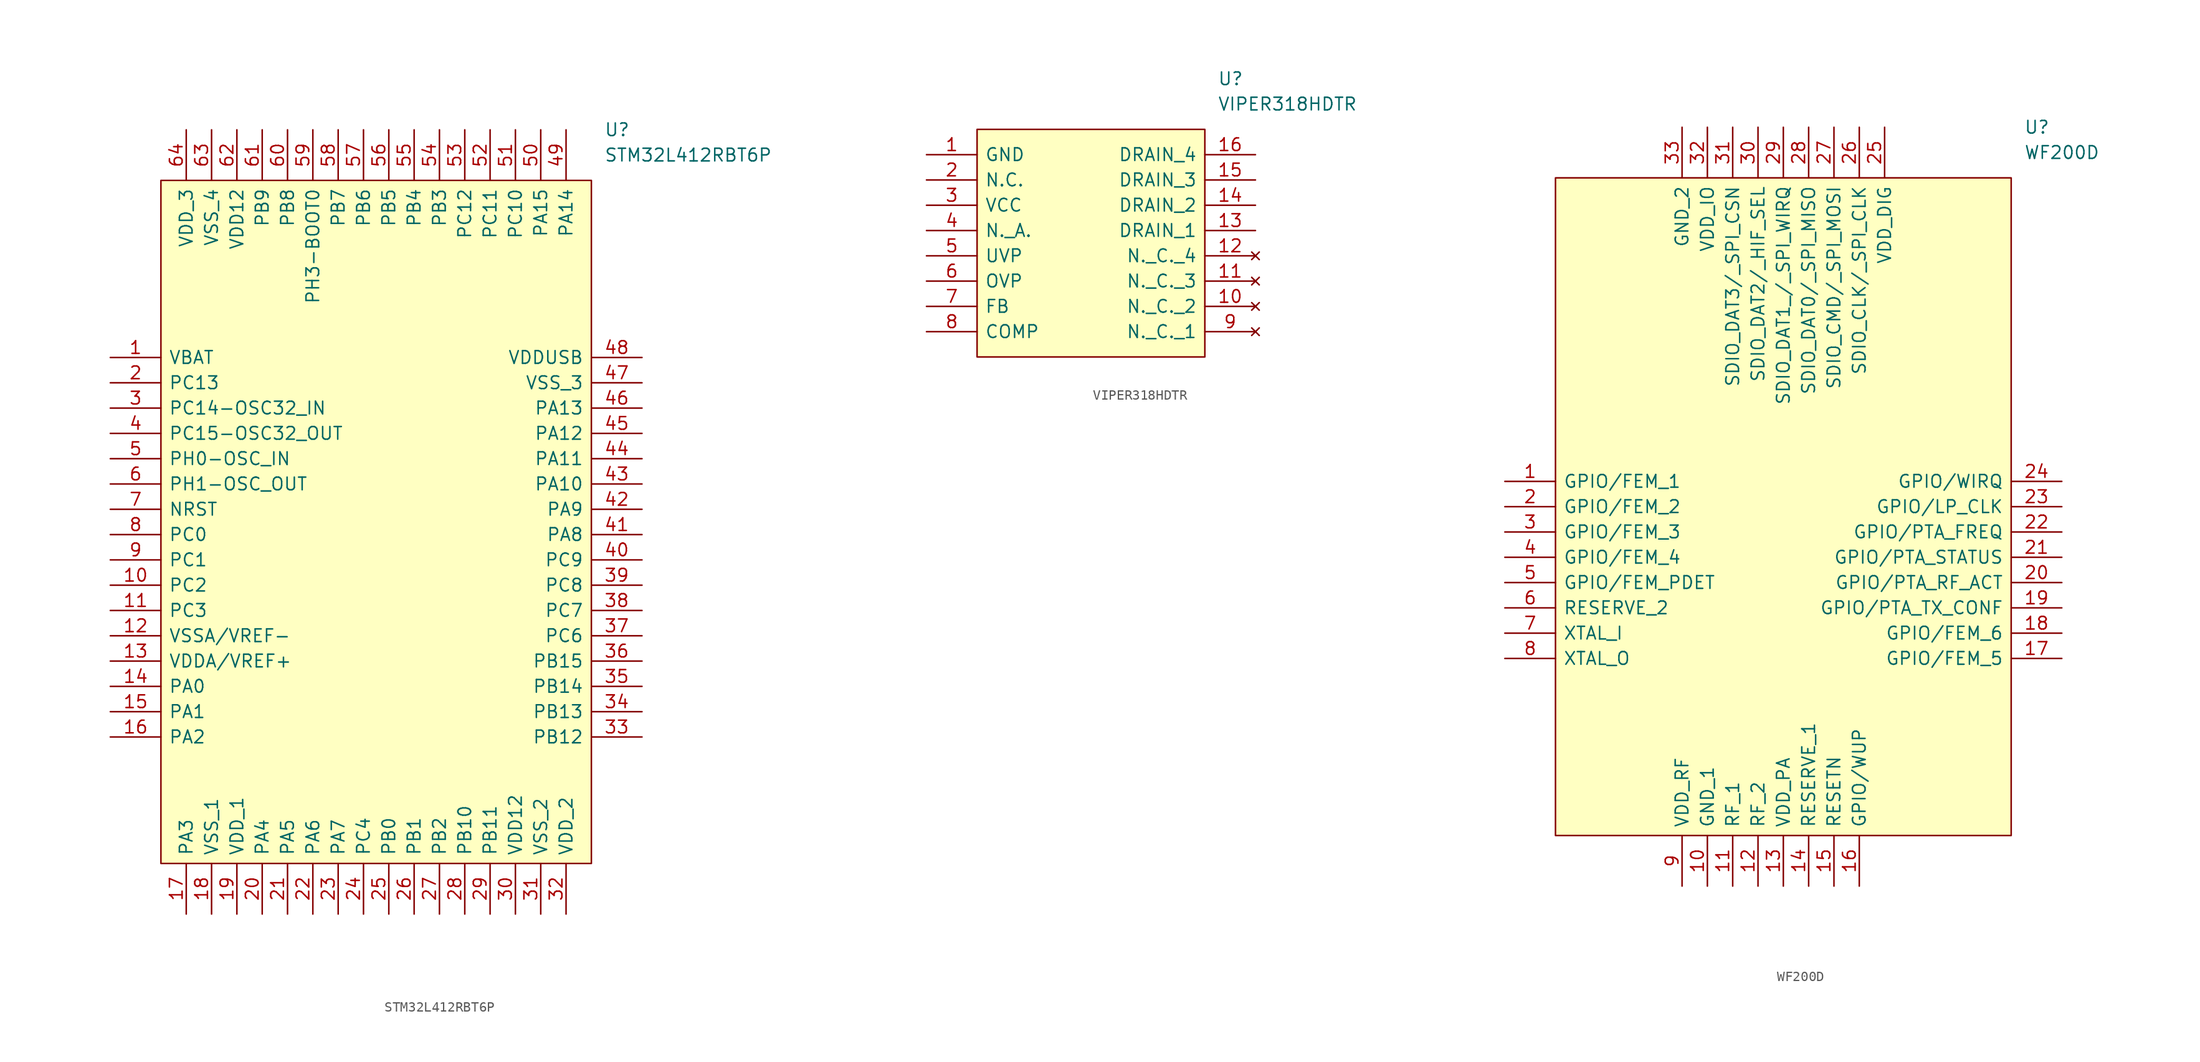
<source format=kicad_sym>
(kicad_symbol_lib
  (version 20211014)
  (generator kicad_symbol_editor)
  (symbol "STM32L412RBT6P"
    (pin_names
      (offset 0.762))
    (property "Reference" "U"
      (at 49.53 22.86 0)
      (effects (font (size 1.27 1.27)) (justify left)))
    (property "Value" "STM32L412RBT6P"
      (at 49.53 20.32 0)
      (effects (font (size 1.27 1.27)) (justify left)))
    (symbol "STM32L412RBT6P_0_0"
      (pin passive line (at 0 0 0) (length 5.08) (name "VBAT" (effects (font (size 1.27 1.27)))) (number "1" (effects (font (size 1.27 1.27)))))
      (pin passive line (at 0 -22.86 0) (length 5.08) (name "PC2" (effects (font (size 1.27 1.27)))) (number "10" (effects (font (size 1.27 1.27)))))
      (pin passive line (at 0 -25.4 0) (length 5.08) (name "PC3" (effects (font (size 1.27 1.27)))) (number "11" (effects (font (size 1.27 1.27)))))
      (pin passive line (at 0 -27.94 0) (length 5.08) (name "VSSA/VREF-" (effects (font (size 1.27 1.27)))) (number "12" (effects (font (size 1.27 1.27)))))
      (pin passive line (at 0 -30.48 0) (length 5.08) (name "VDDA/VREF+" (effects (font (size 1.27 1.27)))) (number "13" (effects (font (size 1.27 1.27)))))
      (pin passive line (at 0 -33.02 0) (length 5.08) (name "PA0" (effects (font (size 1.27 1.27)))) (number "14" (effects (font (size 1.27 1.27)))))
      (pin passive line (at 0 -35.56 0) (length 5.08) (name "PA1" (effects (font (size 1.27 1.27)))) (number "15" (effects (font (size 1.27 1.27)))))
      (pin passive line (at 0 -38.1 0) (length 5.08) (name "PA2" (effects (font (size 1.27 1.27)))) (number "16" (effects (font (size 1.27 1.27)))))
      (pin passive line (at 7.62 -55.88 90) (length 5.08) (name "PA3" (effects (font (size 1.27 1.27)))) (number "17" (effects (font (size 1.27 1.27)))))
      (pin passive line (at 10.16 -55.88 90) (length 5.08) (name "VSS_1" (effects (font (size 1.27 1.27)))) (number "18" (effects (font (size 1.27 1.27)))))
      (pin passive line (at 12.7 -55.88 90) (length 5.08) (name "VDD_1" (effects (font (size 1.27 1.27)))) (number "19" (effects (font (size 1.27 1.27)))))
      (pin passive line (at 0 -2.54 0) (length 5.08) (name "PC13" (effects (font (size 1.27 1.27)))) (number "2" (effects (font (size 1.27 1.27)))))
      (pin passive line (at 15.24 -55.88 90) (length 5.08) (name "PA4" (effects (font (size 1.27 1.27)))) (number "20" (effects (font (size 1.27 1.27)))))
      (pin passive line (at 17.78 -55.88 90) (length 5.08) (name "PA5" (effects (font (size 1.27 1.27)))) (number "21" (effects (font (size 1.27 1.27)))))
      (pin passive line (at 20.32 -55.88 90) (length 5.08) (name "PA6" (effects (font (size 1.27 1.27)))) (number "22" (effects (font (size 1.27 1.27)))))
      (pin passive line (at 22.86 -55.88 90) (length 5.08) (name "PA7" (effects (font (size 1.27 1.27)))) (number "23" (effects (font (size 1.27 1.27)))))
      (pin passive line (at 25.4 -55.88 90) (length 5.08) (name "PC4" (effects (font (size 1.27 1.27)))) (number "24" (effects (font (size 1.27 1.27)))))
      (pin passive line (at 27.94 -55.88 90) (length 5.08) (name "PB0" (effects (font (size 1.27 1.27)))) (number "25" (effects (font (size 1.27 1.27)))))
      (pin passive line (at 30.48 -55.88 90) (length 5.08) (name "PB1" (effects (font (size 1.27 1.27)))) (number "26" (effects (font (size 1.27 1.27)))))
      (pin passive line (at 33.02 -55.88 90) (length 5.08) (name "PB2" (effects (font (size 1.27 1.27)))) (number "27" (effects (font (size 1.27 1.27)))))
      (pin passive line (at 35.56 -55.88 90) (length 5.08) (name "PB10" (effects (font (size 1.27 1.27)))) (number "28" (effects (font (size 1.27 1.27)))))
      (pin passive line (at 38.1 -55.88 90) (length 5.08) (name "PB11" (effects (font (size 1.27 1.27)))) (number "29" (effects (font (size 1.27 1.27)))))
      (pin passive line (at 0 -5.08 0) (length 5.08) (name "PC14-OSC32_IN" (effects (font (size 1.27 1.27)))) (number "3" (effects (font (size 1.27 1.27)))))
      (pin passive line (at 40.64 -55.88 90) (length 5.08) (name "VDD12" (effects (font (size 1.27 1.27)))) (number "30" (effects (font (size 1.27 1.27)))))
      (pin passive line (at 43.18 -55.88 90) (length 5.08) (name "VSS_2" (effects (font (size 1.27 1.27)))) (number "31" (effects (font (size 1.27 1.27)))))
      (pin passive line (at 45.72 -55.88 90) (length 5.08) (name "VDD_2" (effects (font (size 1.27 1.27)))) (number "32" (effects (font (size 1.27 1.27)))))
      (pin passive line (at 53.34 -38.1 180) (length 5.08) (name "PB12" (effects (font (size 1.27 1.27)))) (number "33" (effects (font (size 1.27 1.27)))))
      (pin passive line (at 53.34 -35.56 180) (length 5.08) (name "PB13" (effects (font (size 1.27 1.27)))) (number "34" (effects (font (size 1.27 1.27)))))
      (pin passive line (at 53.34 -33.02 180) (length 5.08) (name "PB14" (effects (font (size 1.27 1.27)))) (number "35" (effects (font (size 1.27 1.27)))))
      (pin passive line (at 53.34 -30.48 180) (length 5.08) (name "PB15" (effects (font (size 1.27 1.27)))) (number "36" (effects (font (size 1.27 1.27)))))
      (pin passive line (at 53.34 -27.94 180) (length 5.08) (name "PC6" (effects (font (size 1.27 1.27)))) (number "37" (effects (font (size 1.27 1.27)))))
      (pin passive line (at 53.34 -25.4 180) (length 5.08) (name "PC7" (effects (font (size 1.27 1.27)))) (number "38" (effects (font (size 1.27 1.27)))))
      (pin passive line (at 53.34 -22.86 180) (length 5.08) (name "PC8" (effects (font (size 1.27 1.27)))) (number "39" (effects (font (size 1.27 1.27)))))
      (pin passive line (at 0 -7.62 0) (length 5.08) (name "PC15-OSC32_OUT" (effects (font (size 1.27 1.27)))) (number "4" (effects (font (size 1.27 1.27)))))
      (pin passive line (at 53.34 -20.32 180) (length 5.08) (name "PC9" (effects (font (size 1.27 1.27)))) (number "40" (effects (font (size 1.27 1.27)))))
      (pin passive line (at 53.34 -17.78 180) (length 5.08) (name "PA8" (effects (font (size 1.27 1.27)))) (number "41" (effects (font (size 1.27 1.27)))))
      (pin passive line (at 53.34 -15.24 180) (length 5.08) (name "PA9" (effects (font (size 1.27 1.27)))) (number "42" (effects (font (size 1.27 1.27)))))
      (pin passive line (at 53.34 -12.7 180) (length 5.08) (name "PA10" (effects (font (size 1.27 1.27)))) (number "43" (effects (font (size 1.27 1.27)))))
      (pin passive line (at 53.34 -10.16 180) (length 5.08) (name "PA11" (effects (font (size 1.27 1.27)))) (number "44" (effects (font (size 1.27 1.27)))))
      (pin passive line (at 53.34 -7.62 180) (length 5.08) (name "PA12" (effects (font (size 1.27 1.27)))) (number "45" (effects (font (size 1.27 1.27)))))
      (pin passive line (at 53.34 -5.08 180) (length 5.08) (name "PA13" (effects (font (size 1.27 1.27)))) (number "46" (effects (font (size 1.27 1.27)))))
      (pin passive line (at 53.34 -2.54 180) (length 5.08) (name "VSS_3" (effects (font (size 1.27 1.27)))) (number "47" (effects (font (size 1.27 1.27)))))
      (pin passive line (at 53.34 0 180) (length 5.08) (name "VDDUSB" (effects (font (size 1.27 1.27)))) (number "48" (effects (font (size 1.27 1.27)))))
      (pin passive line (at 45.72 22.86 270) (length 5.08) (name "PA14" (effects (font (size 1.27 1.27)))) (number "49" (effects (font (size 1.27 1.27)))))
      (pin passive line (at 0 -10.16 0) (length 5.08) (name "PH0-OSC_IN" (effects (font (size 1.27 1.27)))) (number "5" (effects (font (size 1.27 1.27)))))
      (pin passive line (at 43.18 22.86 270) (length 5.08) (name "PA15" (effects (font (size 1.27 1.27)))) (number "50" (effects (font (size 1.27 1.27)))))
      (pin passive line (at 40.64 22.86 270) (length 5.08) (name "PC10" (effects (font (size 1.27 1.27)))) (number "51" (effects (font (size 1.27 1.27)))))
      (pin passive line (at 38.1 22.86 270) (length 5.08) (name "PC11" (effects (font (size 1.27 1.27)))) (number "52" (effects (font (size 1.27 1.27)))))
      (pin passive line (at 35.56 22.86 270) (length 5.08) (name "PC12" (effects (font (size 1.27 1.27)))) (number "53" (effects (font (size 1.27 1.27)))))
      (pin passive line (at 33.02 22.86 270) (length 5.08) (name "PB3" (effects (font (size 1.27 1.27)))) (number "54" (effects (font (size 1.27 1.27)))))
      (pin passive line (at 30.48 22.86 270) (length 5.08) (name "PB4" (effects (font (size 1.27 1.27)))) (number "55" (effects (font (size 1.27 1.27)))))
      (pin passive line (at 27.94 22.86 270) (length 5.08) (name "PB5" (effects (font (size 1.27 1.27)))) (number "56" (effects (font (size 1.27 1.27)))))
      (pin passive line (at 25.4 22.86 270) (length 5.08) (name "PB6" (effects (font (size 1.27 1.27)))) (number "57" (effects (font (size 1.27 1.27)))))
      (pin passive line (at 22.86 22.86 270) (length 5.08) (name "PB7" (effects (font (size 1.27 1.27)))) (number "58" (effects (font (size 1.27 1.27)))))
      (pin passive line (at 20.32 22.86 270) (length 5.08) (name "PH3-BOOT0" (effects (font (size 1.27 1.27)))) (number "59" (effects (font (size 1.27 1.27)))))
      (pin passive line (at 0 -12.7 0) (length 5.08) (name "PH1-OSC_OUT" (effects (font (size 1.27 1.27)))) (number "6" (effects (font (size 1.27 1.27)))))
      (pin passive line (at 17.78 22.86 270) (length 5.08) (name "PB8" (effects (font (size 1.27 1.27)))) (number "60" (effects (font (size 1.27 1.27)))))
      (pin passive line (at 15.24 22.86 270) (length 5.08) (name "PB9" (effects (font (size 1.27 1.27)))) (number "61" (effects (font (size 1.27 1.27)))))
      (pin passive line (at 12.7 22.86 270) (length 5.08) (name "VDD12" (effects (font (size 1.27 1.27)))) (number "62" (effects (font (size 1.27 1.27)))))
      (pin passive line (at 10.16 22.86 270) (length 5.08) (name "VSS_4" (effects (font (size 1.27 1.27)))) (number "63" (effects (font (size 1.27 1.27)))))
      (pin passive line (at 7.62 22.86 270) (length 5.08) (name "VDD_3" (effects (font (size 1.27 1.27)))) (number "64" (effects (font (size 1.27 1.27)))))
      (pin passive line (at 0 -15.24 0) (length 5.08) (name "NRST" (effects (font (size 1.27 1.27)))) (number "7" (effects (font (size 1.27 1.27)))))
      (pin passive line (at 0 -17.78 0) (length 5.08) (name "PC0" (effects (font (size 1.27 1.27)))) (number "8" (effects (font (size 1.27 1.27)))))
      (pin passive line (at 0 -20.32 0) (length 5.08) (name "PC1" (effects (font (size 1.27 1.27)))) (number "9" (effects (font (size 1.27 1.27))))))
    (symbol "STM32L412RBT6P_0_1"
      (polyline (pts (xy 5.08 17.78) (xy 48.26 17.78) (xy 48.26 -50.8) (xy 5.08 -50.8) (xy 5.08 17.78)) (stroke (width 0) (type default) (color 0 0 0 0)) (fill (type background)))))
  (symbol "VIPER318HDTR"
    (pin_names
      (offset 0.762))
    (property "Reference" "U"
      (at 29.21 7.62 0)
      (effects (font (size 1.27 1.27)) (justify left)))
    (property "Value" "VIPER318HDTR"
      (at 29.21 5.08 0)
      (effects (font (size 1.27 1.27)) (justify left)))
    (symbol "VIPER318HDTR_0_0"
      (pin passive line (at 0 0 0) (length 5.08) (name "GND" (effects (font (size 1.27 1.27)))) (number "1" (effects (font (size 1.27 1.27)))))
      (pin no_connect line (at 33.02 -15.24 180) (length 5.08) (name "N._C._2" (effects (font (size 1.27 1.27)))) (number "10" (effects (font (size 1.27 1.27)))))
      (pin no_connect line (at 33.02 -12.7 180) (length 5.08) (name "N._C._3" (effects (font (size 1.27 1.27)))) (number "11" (effects (font (size 1.27 1.27)))))
      (pin no_connect line (at 33.02 -10.16 180) (length 5.08) (name "N._C._4" (effects (font (size 1.27 1.27)))) (number "12" (effects (font (size 1.27 1.27)))))
      (pin passive line (at 33.02 -7.62 180) (length 5.08) (name "DRAIN_1" (effects (font (size 1.27 1.27)))) (number "13" (effects (font (size 1.27 1.27)))))
      (pin passive line (at 33.02 -5.08 180) (length 5.08) (name "DRAIN_2" (effects (font (size 1.27 1.27)))) (number "14" (effects (font (size 1.27 1.27)))))
      (pin passive line (at 33.02 -2.54 180) (length 5.08) (name "DRAIN_3" (effects (font (size 1.27 1.27)))) (number "15" (effects (font (size 1.27 1.27)))))
      (pin passive line (at 33.02 0 180) (length 5.08) (name "DRAIN_4" (effects (font (size 1.27 1.27)))) (number "16" (effects (font (size 1.27 1.27)))))
      (pin passive line (at 0 -2.54 0) (length 5.08) (name "N.C." (effects (font (size 1.27 1.27)))) (number "2" (effects (font (size 1.27 1.27)))))
      (pin passive line (at 0 -5.08 0) (length 5.08) (name "VCC" (effects (font (size 1.27 1.27)))) (number "3" (effects (font (size 1.27 1.27)))))
      (pin passive line (at 0 -7.62 0) (length 5.08) (name "N._A." (effects (font (size 1.27 1.27)))) (number "4" (effects (font (size 1.27 1.27)))))
      (pin passive line (at 0 -10.16 0) (length 5.08) (name "UVP" (effects (font (size 1.27 1.27)))) (number "5" (effects (font (size 1.27 1.27)))))
      (pin passive line (at 0 -12.7 0) (length 5.08) (name "OVP" (effects (font (size 1.27 1.27)))) (number "6" (effects (font (size 1.27 1.27)))))
      (pin passive line (at 0 -15.24 0) (length 5.08) (name "FB" (effects (font (size 1.27 1.27)))) (number "7" (effects (font (size 1.27 1.27)))))
      (pin passive line (at 0 -17.78 0) (length 5.08) (name "COMP" (effects (font (size 1.27 1.27)))) (number "8" (effects (font (size 1.27 1.27)))))
      (pin no_connect line (at 33.02 -17.78 180) (length 5.08) (name "N._C._1" (effects (font (size 1.27 1.27)))) (number "9" (effects (font (size 1.27 1.27))))))
    (symbol "VIPER318HDTR_0_1"
      (polyline (pts (xy 5.08 2.54) (xy 27.94 2.54) (xy 27.94 -20.32) (xy 5.08 -20.32) (xy 5.08 2.54)) (stroke (width 0) (type default) (color 0 0 0 0)) (fill (type background)))))
  (symbol "WF200D"
    (pin_names
      (offset 0.762))
    (property "Reference" "U"
      (at 52.07 35.56 0)
      (effects (font (size 1.27 1.27)) (justify left)))
    (property "Value" "WF200D"
      (at 52.07 33.02 0)
      (effects (font (size 1.27 1.27)) (justify left)))
    (symbol "WF200D_0_0"
      (pin passive line (at 0 0 0) (length 5.08) (name "GPIO/FEM_1" (effects (font (size 1.27 1.27)))) (number "1" (effects (font (size 1.27 1.27)))))
      (pin passive line (at 20.32 -40.64 90) (length 5.08) (name "GND_1" (effects (font (size 1.27 1.27)))) (number "10" (effects (font (size 1.27 1.27)))))
      (pin passive line (at 22.86 -40.64 90) (length 5.08) (name "RF_1" (effects (font (size 1.27 1.27)))) (number "11" (effects (font (size 1.27 1.27)))))
      (pin passive line (at 25.4 -40.64 90) (length 5.08) (name "RF_2" (effects (font (size 1.27 1.27)))) (number "12" (effects (font (size 1.27 1.27)))))
      (pin passive line (at 27.94 -40.64 90) (length 5.08) (name "VDD_PA" (effects (font (size 1.27 1.27)))) (number "13" (effects (font (size 1.27 1.27)))))
      (pin passive line (at 30.48 -40.64 90) (length 5.08) (name "RESERVE_1" (effects (font (size 1.27 1.27)))) (number "14" (effects (font (size 1.27 1.27)))))
      (pin passive line (at 33.02 -40.64 90) (length 5.08) (name "RESETN" (effects (font (size 1.27 1.27)))) (number "15" (effects (font (size 1.27 1.27)))))
      (pin passive line (at 35.56 -40.64 90) (length 5.08) (name "GPIO/WUP" (effects (font (size 1.27 1.27)))) (number "16" (effects (font (size 1.27 1.27)))))
      (pin passive line (at 55.88 -17.78 180) (length 5.08) (name "GPIO/FEM_5" (effects (font (size 1.27 1.27)))) (number "17" (effects (font (size 1.27 1.27)))))
      (pin passive line (at 55.88 -15.24 180) (length 5.08) (name "GPIO/FEM_6" (effects (font (size 1.27 1.27)))) (number "18" (effects (font (size 1.27 1.27)))))
      (pin passive line (at 55.88 -12.7 180) (length 5.08) (name "GPIO/PTA_TX_CONF" (effects (font (size 1.27 1.27)))) (number "19" (effects (font (size 1.27 1.27)))))
      (pin passive line (at 0 -2.54 0) (length 5.08) (name "GPIO/FEM_2" (effects (font (size 1.27 1.27)))) (number "2" (effects (font (size 1.27 1.27)))))
      (pin passive line (at 55.88 -10.16 180) (length 5.08) (name "GPIO/PTA_RF_ACT" (effects (font (size 1.27 1.27)))) (number "20" (effects (font (size 1.27 1.27)))))
      (pin passive line (at 55.88 -7.62 180) (length 5.08) (name "GPIO/PTA_STATUS" (effects (font (size 1.27 1.27)))) (number "21" (effects (font (size 1.27 1.27)))))
      (pin passive line (at 55.88 -5.08 180) (length 5.08) (name "GPIO/PTA_FREQ" (effects (font (size 1.27 1.27)))) (number "22" (effects (font (size 1.27 1.27)))))
      (pin passive line (at 55.88 -2.54 180) (length 5.08) (name "GPIO/LP_CLK" (effects (font (size 1.27 1.27)))) (number "23" (effects (font (size 1.27 1.27)))))
      (pin passive line (at 55.88 0 180) (length 5.08) (name "GPIO/WIRQ" (effects (font (size 1.27 1.27)))) (number "24" (effects (font (size 1.27 1.27)))))
      (pin passive line (at 38.1 35.56 270) (length 5.08) (name "VDD_DIG" (effects (font (size 1.27 1.27)))) (number "25" (effects (font (size 1.27 1.27)))))
      (pin passive line (at 35.56 35.56 270) (length 5.08) (name "SDIO_CLK/_SPI_CLK" (effects (font (size 1.27 1.27)))) (number "26" (effects (font (size 1.27 1.27)))))
      (pin passive line (at 33.02 35.56 270) (length 5.08) (name "SDIO_CMD/_SPI_MOSI" (effects (font (size 1.27 1.27)))) (number "27" (effects (font (size 1.27 1.27)))))
      (pin passive line (at 30.48 35.56 270) (length 5.08) (name "SDIO_DAT0/_SPI_MISO" (effects (font (size 1.27 1.27)))) (number "28" (effects (font (size 1.27 1.27)))))
      (pin passive line (at 27.94 35.56 270) (length 5.08) (name "SDIO_DAT1_/_SPI_WIRQ" (effects (font (size 1.27 1.27)))) (number "29" (effects (font (size 1.27 1.27)))))
      (pin passive line (at 0 -5.08 0) (length 5.08) (name "GPIO/FEM_3" (effects (font (size 1.27 1.27)))) (number "3" (effects (font (size 1.27 1.27)))))
      (pin passive line (at 25.4 35.56 270) (length 5.08) (name "SDIO_DAT2/_HIF_SEL" (effects (font (size 1.27 1.27)))) (number "30" (effects (font (size 1.27 1.27)))))
      (pin passive line (at 22.86 35.56 270) (length 5.08) (name "SDIO_DAT3/_SPI_CSN" (effects (font (size 1.27 1.27)))) (number "31" (effects (font (size 1.27 1.27)))))
      (pin passive line (at 20.32 35.56 270) (length 5.08) (name "VDD_IO" (effects (font (size 1.27 1.27)))) (number "32" (effects (font (size 1.27 1.27)))))
      (pin passive line (at 17.78 35.56 270) (length 5.08) (name "GND_2" (effects (font (size 1.27 1.27)))) (number "33" (effects (font (size 1.27 1.27)))))
      (pin passive line (at 0 -7.62 0) (length 5.08) (name "GPIO/FEM_4" (effects (font (size 1.27 1.27)))) (number "4" (effects (font (size 1.27 1.27)))))
      (pin passive line (at 0 -10.16 0) (length 5.08) (name "GPIO/FEM_PDET" (effects (font (size 1.27 1.27)))) (number "5" (effects (font (size 1.27 1.27)))))
      (pin passive line (at 0 -12.7 0) (length 5.08) (name "RESERVE_2" (effects (font (size 1.27 1.27)))) (number "6" (effects (font (size 1.27 1.27)))))
      (pin passive line (at 0 -15.24 0) (length 5.08) (name "XTAL_I" (effects (font (size 1.27 1.27)))) (number "7" (effects (font (size 1.27 1.27)))))
      (pin passive line (at 0 -17.78 0) (length 5.08) (name "XTAL_O" (effects (font (size 1.27 1.27)))) (number "8" (effects (font (size 1.27 1.27)))))
      (pin passive line (at 17.78 -40.64 90) (length 5.08) (name "VDD_RF" (effects (font (size 1.27 1.27)))) (number "9" (effects (font (size 1.27 1.27))))))
    (symbol "WF200D_0_1"
      (polyline (pts (xy 5.08 30.48) (xy 50.8 30.48) (xy 50.8 -35.56) (xy 5.08 -35.56) (xy 5.08 30.48)) (stroke (width 0) (type default) (color 0 0 0 0)) (fill (type background))))))
</source>
